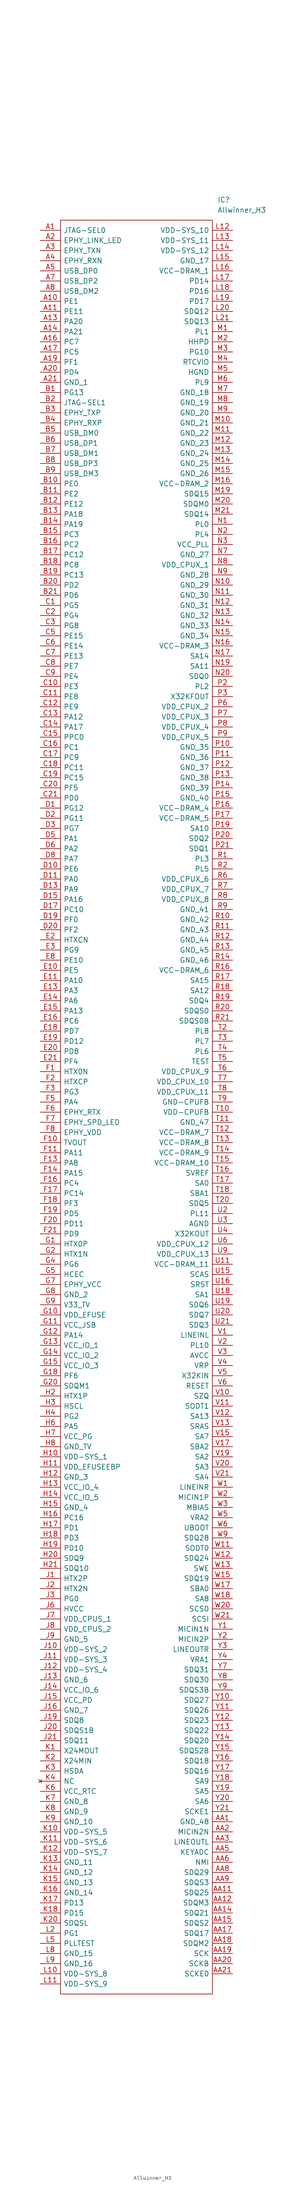
<source format=kicad_sym>
(kicad_symbol_lib
  (version 20211014)
  (generator kicad_symbol_editor)
  (symbol "Allwinner_H3"
    (pin_names
      (offset 0.762))
    (property "Reference" "IC"
      (at 44.45 7.62 0)
      (effects (font (size 1.27 1.27)) (justify left)))
    (property "Value" "Allwinner_H3"
      (at 44.45 5.08 0)
      (effects (font (size 1.27 1.27)) (justify left)))
    (symbol "Allwinner_H3_0_0"
      (pin passive line (at 0 0 0) (length 5.08) (name "JTAG-SEL0" (effects (font (size 1.27 1.27)))) (number "A1" (effects (font (size 1.27 1.27)))))
      (pin passive line (at 0 -17.78 0) (length 5.08) (name "PE1" (effects (font (size 1.27 1.27)))) (number "A10" (effects (font (size 1.27 1.27)))))
      (pin passive line (at 0 -20.32 0) (length 5.08) (name "PE11" (effects (font (size 1.27 1.27)))) (number "A11" (effects (font (size 1.27 1.27)))))
      (pin passive line (at 0 -22.86 0) (length 5.08) (name "PA20" (effects (font (size 1.27 1.27)))) (number "A13" (effects (font (size 1.27 1.27)))))
      (pin passive line (at 0 -25.4 0) (length 5.08) (name "PA21" (effects (font (size 1.27 1.27)))) (number "A14" (effects (font (size 1.27 1.27)))))
      (pin passive line (at 0 -27.94 0) (length 5.08) (name "PC7" (effects (font (size 1.27 1.27)))) (number "A16" (effects (font (size 1.27 1.27)))))
      (pin passive line (at 0 -30.48 0) (length 5.08) (name "PC5" (effects (font (size 1.27 1.27)))) (number "A17" (effects (font (size 1.27 1.27)))))
      (pin passive line (at 0 -33.02 0) (length 5.08) (name "PF1" (effects (font (size 1.27 1.27)))) (number "A19" (effects (font (size 1.27 1.27)))))
      (pin passive line (at 0 -2.54 0) (length 5.08) (name "EPHY_LINK_LED" (effects (font (size 1.27 1.27)))) (number "A2" (effects (font (size 1.27 1.27)))))
      (pin passive line (at 0 -35.56 0) (length 5.08) (name "PD4" (effects (font (size 1.27 1.27)))) (number "A20" (effects (font (size 1.27 1.27)))))
      (pin passive line (at 0 -38.1 0) (length 5.08) (name "GND_1" (effects (font (size 1.27 1.27)))) (number "A21" (effects (font (size 1.27 1.27)))))
      (pin passive line (at 0 -5.08 0) (length 5.08) (name "EPHY_TXN" (effects (font (size 1.27 1.27)))) (number "A3" (effects (font (size 1.27 1.27)))))
      (pin passive line (at 0 -7.62 0) (length 5.08) (name "EPHY_RXN" (effects (font (size 1.27 1.27)))) (number "A4" (effects (font (size 1.27 1.27)))))
      (pin passive line (at 0 -10.16 0) (length 5.08) (name "USB_DP0" (effects (font (size 1.27 1.27)))) (number "A5" (effects (font (size 1.27 1.27)))))
      (pin passive line (at 0 -12.7 0) (length 5.08) (name "USB_DP2" (effects (font (size 1.27 1.27)))) (number "A7" (effects (font (size 1.27 1.27)))))
      (pin passive line (at 0 -15.24 0) (length 5.08) (name "USB_DM2" (effects (font (size 1.27 1.27)))) (number "A8" (effects (font (size 1.27 1.27)))))
      (pin passive line (at 48.26 -398.78 180) (length 5.08) (name "GND_48" (effects (font (size 1.27 1.27)))) (number "AA1" (effects (font (size 1.27 1.27)))))
      (pin passive line (at 48.26 -416.56 180) (length 5.08) (name "SDQ25" (effects (font (size 1.27 1.27)))) (number "AA11" (effects (font (size 1.27 1.27)))))
      (pin passive line (at 48.26 -419.1 180) (length 5.08) (name "SDQM3" (effects (font (size 1.27 1.27)))) (number "AA12" (effects (font (size 1.27 1.27)))))
      (pin passive line (at 48.26 -421.64 180) (length 5.08) (name "SDQ21" (effects (font (size 1.27 1.27)))) (number "AA14" (effects (font (size 1.27 1.27)))))
      (pin passive line (at 48.26 -424.18 180) (length 5.08) (name "SDQS2" (effects (font (size 1.27 1.27)))) (number "AA15" (effects (font (size 1.27 1.27)))))
      (pin passive line (at 48.26 -426.72 180) (length 5.08) (name "SDQ17" (effects (font (size 1.27 1.27)))) (number "AA17" (effects (font (size 1.27 1.27)))))
      (pin passive line (at 48.26 -429.26 180) (length 5.08) (name "SDQM2" (effects (font (size 1.27 1.27)))) (number "AA18" (effects (font (size 1.27 1.27)))))
      (pin passive line (at 48.26 -431.8 180) (length 5.08) (name "SCK" (effects (font (size 1.27 1.27)))) (number "AA19" (effects (font (size 1.27 1.27)))))
      (pin passive line (at 48.26 -401.32 180) (length 5.08) (name "MICIN2N" (effects (font (size 1.27 1.27)))) (number "AA2" (effects (font (size 1.27 1.27)))))
      (pin passive line (at 48.26 -434.34 180) (length 5.08) (name "SCKB" (effects (font (size 1.27 1.27)))) (number "AA20" (effects (font (size 1.27 1.27)))))
      (pin passive line (at 48.26 -436.88 180) (length 5.08) (name "SCKE0" (effects (font (size 1.27 1.27)))) (number "AA21" (effects (font (size 1.27 1.27)))))
      (pin passive line (at 48.26 -403.86 180) (length 5.08) (name "LINEOUTL" (effects (font (size 1.27 1.27)))) (number "AA3" (effects (font (size 1.27 1.27)))))
      (pin passive line (at 48.26 -406.4 180) (length 5.08) (name "KEYADC" (effects (font (size 1.27 1.27)))) (number "AA5" (effects (font (size 1.27 1.27)))))
      (pin passive line (at 48.26 -408.94 180) (length 5.08) (name "NMI" (effects (font (size 1.27 1.27)))) (number "AA6" (effects (font (size 1.27 1.27)))))
      (pin passive line (at 48.26 -411.48 180) (length 5.08) (name "SDQ29" (effects (font (size 1.27 1.27)))) (number "AA8" (effects (font (size 1.27 1.27)))))
      (pin passive line (at 48.26 -414.02 180) (length 5.08) (name "SDQS3" (effects (font (size 1.27 1.27)))) (number "AA9" (effects (font (size 1.27 1.27)))))
      (pin passive line (at 0 -40.64 0) (length 5.08) (name "PG13" (effects (font (size 1.27 1.27)))) (number "B1" (effects (font (size 1.27 1.27)))))
      (pin passive line (at 0 -63.5 0) (length 5.08) (name "PE0" (effects (font (size 1.27 1.27)))) (number "B10" (effects (font (size 1.27 1.27)))))
      (pin passive line (at 0 -66.04 0) (length 5.08) (name "PE2" (effects (font (size 1.27 1.27)))) (number "B11" (effects (font (size 1.27 1.27)))))
      (pin passive line (at 0 -68.58 0) (length 5.08) (name "PE12" (effects (font (size 1.27 1.27)))) (number "B12" (effects (font (size 1.27 1.27)))))
      (pin passive line (at 0 -71.12 0) (length 5.08) (name "PA18" (effects (font (size 1.27 1.27)))) (number "B13" (effects (font (size 1.27 1.27)))))
      (pin passive line (at 0 -73.66 0) (length 5.08) (name "PA19" (effects (font (size 1.27 1.27)))) (number "B14" (effects (font (size 1.27 1.27)))))
      (pin passive line (at 0 -76.2 0) (length 5.08) (name "PC3" (effects (font (size 1.27 1.27)))) (number "B15" (effects (font (size 1.27 1.27)))))
      (pin passive line (at 0 -78.74 0) (length 5.08) (name "PC2" (effects (font (size 1.27 1.27)))) (number "B16" (effects (font (size 1.27 1.27)))))
      (pin passive line (at 0 -81.28 0) (length 5.08) (name "PC12" (effects (font (size 1.27 1.27)))) (number "B17" (effects (font (size 1.27 1.27)))))
      (pin passive line (at 0 -83.82 0) (length 5.08) (name "PC8" (effects (font (size 1.27 1.27)))) (number "B18" (effects (font (size 1.27 1.27)))))
      (pin passive line (at 0 -86.36 0) (length 5.08) (name "PC13" (effects (font (size 1.27 1.27)))) (number "B19" (effects (font (size 1.27 1.27)))))
      (pin passive line (at 0 -43.18 0) (length 5.08) (name "JTAG-SEL1" (effects (font (size 1.27 1.27)))) (number "B2" (effects (font (size 1.27 1.27)))))
      (pin passive line (at 0 -88.9 0) (length 5.08) (name "PD2" (effects (font (size 1.27 1.27)))) (number "B20" (effects (font (size 1.27 1.27)))))
      (pin passive line (at 0 -91.44 0) (length 5.08) (name "PD6" (effects (font (size 1.27 1.27)))) (number "B21" (effects (font (size 1.27 1.27)))))
      (pin passive line (at 0 -45.72 0) (length 5.08) (name "EPHY_TXP" (effects (font (size 1.27 1.27)))) (number "B3" (effects (font (size 1.27 1.27)))))
      (pin passive line (at 0 -48.26 0) (length 5.08) (name "EPHY_RXP" (effects (font (size 1.27 1.27)))) (number "B4" (effects (font (size 1.27 1.27)))))
      (pin passive line (at 0 -50.8 0) (length 5.08) (name "USB_DM0" (effects (font (size 1.27 1.27)))) (number "B5" (effects (font (size 1.27 1.27)))))
      (pin passive line (at 0 -53.34 0) (length 5.08) (name "USB_DP1" (effects (font (size 1.27 1.27)))) (number "B6" (effects (font (size 1.27 1.27)))))
      (pin passive line (at 0 -55.88 0) (length 5.08) (name "USB_DM1" (effects (font (size 1.27 1.27)))) (number "B7" (effects (font (size 1.27 1.27)))))
      (pin passive line (at 0 -58.42 0) (length 5.08) (name "USB_DP3" (effects (font (size 1.27 1.27)))) (number "B8" (effects (font (size 1.27 1.27)))))
      (pin passive line (at 0 -60.96 0) (length 5.08) (name "USB_DM3" (effects (font (size 1.27 1.27)))) (number "B9" (effects (font (size 1.27 1.27)))))
      (pin passive line (at 0 -93.98 0) (length 5.08) (name "PG5" (effects (font (size 1.27 1.27)))) (number "C1" (effects (font (size 1.27 1.27)))))
      (pin passive line (at 0 -114.3 0) (length 5.08) (name "PE3" (effects (font (size 1.27 1.27)))) (number "C10" (effects (font (size 1.27 1.27)))))
      (pin passive line (at 0 -116.84 0) (length 5.08) (name "PE8" (effects (font (size 1.27 1.27)))) (number "C11" (effects (font (size 1.27 1.27)))))
      (pin passive line (at 0 -119.38 0) (length 5.08) (name "PE9" (effects (font (size 1.27 1.27)))) (number "C12" (effects (font (size 1.27 1.27)))))
      (pin passive line (at 0 -121.92 0) (length 5.08) (name "PA12" (effects (font (size 1.27 1.27)))) (number "C13" (effects (font (size 1.27 1.27)))))
      (pin passive line (at 0 -124.46 0) (length 5.08) (name "PA17" (effects (font (size 1.27 1.27)))) (number "C14" (effects (font (size 1.27 1.27)))))
      (pin passive line (at 0 -127 0) (length 5.08) (name "PPC0" (effects (font (size 1.27 1.27)))) (number "C15" (effects (font (size 1.27 1.27)))))
      (pin passive line (at 0 -129.54 0) (length 5.08) (name "PC1" (effects (font (size 1.27 1.27)))) (number "C16" (effects (font (size 1.27 1.27)))))
      (pin passive line (at 0 -132.08 0) (length 5.08) (name "PC9" (effects (font (size 1.27 1.27)))) (number "C17" (effects (font (size 1.27 1.27)))))
      (pin passive line (at 0 -134.62 0) (length 5.08) (name "PC11" (effects (font (size 1.27 1.27)))) (number "C18" (effects (font (size 1.27 1.27)))))
      (pin passive line (at 0 -137.16 0) (length 5.08) (name "PC15" (effects (font (size 1.27 1.27)))) (number "C19" (effects (font (size 1.27 1.27)))))
      (pin passive line (at 0 -96.52 0) (length 5.08) (name "PG4" (effects (font (size 1.27 1.27)))) (number "C2" (effects (font (size 1.27 1.27)))))
      (pin passive line (at 0 -139.7 0) (length 5.08) (name "PF5" (effects (font (size 1.27 1.27)))) (number "C20" (effects (font (size 1.27 1.27)))))
      (pin passive line (at 0 -142.24 0) (length 5.08) (name "PD0" (effects (font (size 1.27 1.27)))) (number "C21" (effects (font (size 1.27 1.27)))))
      (pin passive line (at 0 -99.06 0) (length 5.08) (name "PG8" (effects (font (size 1.27 1.27)))) (number "C3" (effects (font (size 1.27 1.27)))))
      (pin passive line (at 0 -101.6 0) (length 5.08) (name "PE15" (effects (font (size 1.27 1.27)))) (number "C5" (effects (font (size 1.27 1.27)))))
      (pin passive line (at 0 -104.14 0) (length 5.08) (name "PE14" (effects (font (size 1.27 1.27)))) (number "C6" (effects (font (size 1.27 1.27)))))
      (pin passive line (at 0 -106.68 0) (length 5.08) (name "PE13" (effects (font (size 1.27 1.27)))) (number "C7" (effects (font (size 1.27 1.27)))))
      (pin passive line (at 0 -109.22 0) (length 5.08) (name "PE7" (effects (font (size 1.27 1.27)))) (number "C8" (effects (font (size 1.27 1.27)))))
      (pin passive line (at 0 -111.76 0) (length 5.08) (name "PE4" (effects (font (size 1.27 1.27)))) (number "C9" (effects (font (size 1.27 1.27)))))
      (pin passive line (at 0 -144.78 0) (length 5.08) (name "PG12" (effects (font (size 1.27 1.27)))) (number "D1" (effects (font (size 1.27 1.27)))))
      (pin passive line (at 0 -160.02 0) (length 5.08) (name "PE6" (effects (font (size 1.27 1.27)))) (number "D10" (effects (font (size 1.27 1.27)))))
      (pin passive line (at 0 -162.56 0) (length 5.08) (name "PA0" (effects (font (size 1.27 1.27)))) (number "D11" (effects (font (size 1.27 1.27)))))
      (pin passive line (at 0 -165.1 0) (length 5.08) (name "PA9" (effects (font (size 1.27 1.27)))) (number "D13" (effects (font (size 1.27 1.27)))))
      (pin passive line (at 0 -167.64 0) (length 5.08) (name "PA16" (effects (font (size 1.27 1.27)))) (number "D15" (effects (font (size 1.27 1.27)))))
      (pin passive line (at 0 -170.18 0) (length 5.08) (name "PC10" (effects (font (size 1.27 1.27)))) (number "D17" (effects (font (size 1.27 1.27)))))
      (pin passive line (at 0 -172.72 0) (length 5.08) (name "PF0" (effects (font (size 1.27 1.27)))) (number "D19" (effects (font (size 1.27 1.27)))))
      (pin passive line (at 0 -147.32 0) (length 5.08) (name "PG11" (effects (font (size 1.27 1.27)))) (number "D2" (effects (font (size 1.27 1.27)))))
      (pin passive line (at 0 -175.26 0) (length 5.08) (name "PF2" (effects (font (size 1.27 1.27)))) (number "D20" (effects (font (size 1.27 1.27)))))
      (pin passive line (at 0 -149.86 0) (length 5.08) (name "PG7" (effects (font (size 1.27 1.27)))) (number "D3" (effects (font (size 1.27 1.27)))))
      (pin passive line (at 0 -152.4 0) (length 5.08) (name "PA1" (effects (font (size 1.27 1.27)))) (number "D5" (effects (font (size 1.27 1.27)))))
      (pin passive line (at 0 -154.94 0) (length 5.08) (name "PA2" (effects (font (size 1.27 1.27)))) (number "D6" (effects (font (size 1.27 1.27)))))
      (pin passive line (at 0 -157.48 0) (length 5.08) (name "PA7" (effects (font (size 1.27 1.27)))) (number "D8" (effects (font (size 1.27 1.27)))))
      (pin passive line (at 0 -185.42 0) (length 5.08) (name "PE5" (effects (font (size 1.27 1.27)))) (number "E10" (effects (font (size 1.27 1.27)))))
      (pin passive line (at 0 -187.96 0) (length 5.08) (name "PA10" (effects (font (size 1.27 1.27)))) (number "E11" (effects (font (size 1.27 1.27)))))
      (pin passive line (at 0 -190.5 0) (length 5.08) (name "PA3" (effects (font (size 1.27 1.27)))) (number "E13" (effects (font (size 1.27 1.27)))))
      (pin passive line (at 0 -193.04 0) (length 5.08) (name "PA6" (effects (font (size 1.27 1.27)))) (number "E14" (effects (font (size 1.27 1.27)))))
      (pin passive line (at 0 -195.58 0) (length 5.08) (name "PA13" (effects (font (size 1.27 1.27)))) (number "E15" (effects (font (size 1.27 1.27)))))
      (pin passive line (at 0 -198.12 0) (length 5.08) (name "PC6" (effects (font (size 1.27 1.27)))) (number "E16" (effects (font (size 1.27 1.27)))))
      (pin passive line (at 0 -200.66 0) (length 5.08) (name "PD7" (effects (font (size 1.27 1.27)))) (number "E18" (effects (font (size 1.27 1.27)))))
      (pin passive line (at 0 -203.2 0) (length 5.08) (name "PD12" (effects (font (size 1.27 1.27)))) (number "E19" (effects (font (size 1.27 1.27)))))
      (pin passive line (at 0 -177.8 0) (length 5.08) (name "HTXCN" (effects (font (size 1.27 1.27)))) (number "E2" (effects (font (size 1.27 1.27)))))
      (pin passive line (at 0 -205.74 0) (length 5.08) (name "PD8" (effects (font (size 1.27 1.27)))) (number "E20" (effects (font (size 1.27 1.27)))))
      (pin passive line (at 0 -208.28 0) (length 5.08) (name "PF4" (effects (font (size 1.27 1.27)))) (number "E21" (effects (font (size 1.27 1.27)))))
      (pin passive line (at 0 -180.34 0) (length 5.08) (name "PG9" (effects (font (size 1.27 1.27)))) (number "E3" (effects (font (size 1.27 1.27)))))
      (pin passive line (at 0 -182.88 0) (length 5.08) (name "PE10" (effects (font (size 1.27 1.27)))) (number "E8" (effects (font (size 1.27 1.27)))))
      (pin passive line (at 0 -210.82 0) (length 5.08) (name "HTX0N" (effects (font (size 1.27 1.27)))) (number "F1" (effects (font (size 1.27 1.27)))))
      (pin passive line (at 0 -228.6 0) (length 5.08) (name "TVOUT" (effects (font (size 1.27 1.27)))) (number "F10" (effects (font (size 1.27 1.27)))))
      (pin passive line (at 0 -231.14 0) (length 5.08) (name "PA11" (effects (font (size 1.27 1.27)))) (number "F11" (effects (font (size 1.27 1.27)))))
      (pin passive line (at 0 -233.68 0) (length 5.08) (name "PA8" (effects (font (size 1.27 1.27)))) (number "F13" (effects (font (size 1.27 1.27)))))
      (pin passive line (at 0 -236.22 0) (length 5.08) (name "PA15" (effects (font (size 1.27 1.27)))) (number "F14" (effects (font (size 1.27 1.27)))))
      (pin passive line (at 0 -238.76 0) (length 5.08) (name "PC4" (effects (font (size 1.27 1.27)))) (number "F16" (effects (font (size 1.27 1.27)))))
      (pin passive line (at 0 -241.3 0) (length 5.08) (name "PC14" (effects (font (size 1.27 1.27)))) (number "F17" (effects (font (size 1.27 1.27)))))
      (pin passive line (at 0 -243.84 0) (length 5.08) (name "PF3" (effects (font (size 1.27 1.27)))) (number "F18" (effects (font (size 1.27 1.27)))))
      (pin passive line (at 0 -246.38 0) (length 5.08) (name "PD5" (effects (font (size 1.27 1.27)))) (number "F19" (effects (font (size 1.27 1.27)))))
      (pin passive line (at 0 -213.36 0) (length 5.08) (name "HTXCP" (effects (font (size 1.27 1.27)))) (number "F2" (effects (font (size 1.27 1.27)))))
      (pin passive line (at 0 -248.92 0) (length 5.08) (name "PD11" (effects (font (size 1.27 1.27)))) (number "F20" (effects (font (size 1.27 1.27)))))
      (pin passive line (at 0 -251.46 0) (length 5.08) (name "PD9" (effects (font (size 1.27 1.27)))) (number "F21" (effects (font (size 1.27 1.27)))))
      (pin passive line (at 0 -215.9 0) (length 5.08) (name "PG3" (effects (font (size 1.27 1.27)))) (number "F3" (effects (font (size 1.27 1.27)))))
      (pin passive line (at 0 -218.44 0) (length 5.08) (name "PA4" (effects (font (size 1.27 1.27)))) (number "F5" (effects (font (size 1.27 1.27)))))
      (pin passive line (at 0 -220.98 0) (length 5.08) (name "EPHY_RTX" (effects (font (size 1.27 1.27)))) (number "F6" (effects (font (size 1.27 1.27)))))
      (pin passive line (at 0 -223.52 0) (length 5.08) (name "EPHY_SPD_LED" (effects (font (size 1.27 1.27)))) (number "F7" (effects (font (size 1.27 1.27)))))
      (pin passive line (at 0 -226.06 0) (length 5.08) (name "EPHY_VDD" (effects (font (size 1.27 1.27)))) (number "F8" (effects (font (size 1.27 1.27)))))
      (pin passive line (at 0 -254 0) (length 5.08) (name "HTX0P" (effects (font (size 1.27 1.27)))) (number "G1" (effects (font (size 1.27 1.27)))))
      (pin passive line (at 0 -271.78 0) (length 5.08) (name "VDD_EFUSE" (effects (font (size 1.27 1.27)))) (number "G10" (effects (font (size 1.27 1.27)))))
      (pin passive line (at 0 -274.32 0) (length 5.08) (name "VCC_JSB" (effects (font (size 1.27 1.27)))) (number "G11" (effects (font (size 1.27 1.27)))))
      (pin passive line (at 0 -276.86 0) (length 5.08) (name "PA14" (effects (font (size 1.27 1.27)))) (number "G12" (effects (font (size 1.27 1.27)))))
      (pin passive line (at 0 -279.4 0) (length 5.08) (name "VCC_IO_1" (effects (font (size 1.27 1.27)))) (number "G13" (effects (font (size 1.27 1.27)))))
      (pin passive line (at 0 -281.94 0) (length 5.08) (name "VCC_IO_2" (effects (font (size 1.27 1.27)))) (number "G14" (effects (font (size 1.27 1.27)))))
      (pin passive line (at 0 -284.48 0) (length 5.08) (name "VCC_IO_3" (effects (font (size 1.27 1.27)))) (number "G15" (effects (font (size 1.27 1.27)))))
      (pin passive line (at 0 -287.02 0) (length 5.08) (name "PF6" (effects (font (size 1.27 1.27)))) (number "G18" (effects (font (size 1.27 1.27)))))
      (pin passive line (at 0 -256.54 0) (length 5.08) (name "HTX1N" (effects (font (size 1.27 1.27)))) (number "G2" (effects (font (size 1.27 1.27)))))
      (pin passive line (at 0 -289.56 0) (length 5.08) (name "SDQM1" (effects (font (size 1.27 1.27)))) (number "G20" (effects (font (size 1.27 1.27)))))
      (pin passive line (at 0 -259.08 0) (length 5.08) (name "PG6" (effects (font (size 1.27 1.27)))) (number "G4" (effects (font (size 1.27 1.27)))))
      (pin passive line (at 0 -261.62 0) (length 5.08) (name "HCEC" (effects (font (size 1.27 1.27)))) (number "G5" (effects (font (size 1.27 1.27)))))
      (pin passive line (at 0 -264.16 0) (length 5.08) (name "EPHY_VCC" (effects (font (size 1.27 1.27)))) (number "G7" (effects (font (size 1.27 1.27)))))
      (pin passive line (at 0 -266.7 0) (length 5.08) (name "GND_2" (effects (font (size 1.27 1.27)))) (number "G8" (effects (font (size 1.27 1.27)))))
      (pin passive line (at 0 -269.24 0) (length 5.08) (name "V33_TV" (effects (font (size 1.27 1.27)))) (number "G9" (effects (font (size 1.27 1.27)))))
      (pin passive line (at 0 -307.34 0) (length 5.08) (name "VDD-SYS_1" (effects (font (size 1.27 1.27)))) (number "H10" (effects (font (size 1.27 1.27)))))
      (pin passive line (at 0 -309.88 0) (length 5.08) (name "VDD_EFUSEEBP" (effects (font (size 1.27 1.27)))) (number "H11" (effects (font (size 1.27 1.27)))))
      (pin passive line (at 0 -312.42 0) (length 5.08) (name "GND_3" (effects (font (size 1.27 1.27)))) (number "H12" (effects (font (size 1.27 1.27)))))
      (pin passive line (at 0 -314.96 0) (length 5.08) (name "VCC_IO_4" (effects (font (size 1.27 1.27)))) (number "H13" (effects (font (size 1.27 1.27)))))
      (pin passive line (at 0 -317.5 0) (length 5.08) (name "VCC_IO_5" (effects (font (size 1.27 1.27)))) (number "H14" (effects (font (size 1.27 1.27)))))
      (pin passive line (at 0 -320.04 0) (length 5.08) (name "GND_4" (effects (font (size 1.27 1.27)))) (number "H15" (effects (font (size 1.27 1.27)))))
      (pin passive line (at 0 -322.58 0) (length 5.08) (name "PC16" (effects (font (size 1.27 1.27)))) (number "H16" (effects (font (size 1.27 1.27)))))
      (pin passive line (at 0 -325.12 0) (length 5.08) (name "PD1" (effects (font (size 1.27 1.27)))) (number "H17" (effects (font (size 1.27 1.27)))))
      (pin passive line (at 0 -327.66 0) (length 5.08) (name "PD3" (effects (font (size 1.27 1.27)))) (number "H18" (effects (font (size 1.27 1.27)))))
      (pin passive line (at 0 -330.2 0) (length 5.08) (name "PD10" (effects (font (size 1.27 1.27)))) (number "H19" (effects (font (size 1.27 1.27)))))
      (pin passive line (at 0 -292.1 0) (length 5.08) (name "HTX1P" (effects (font (size 1.27 1.27)))) (number "H2" (effects (font (size 1.27 1.27)))))
      (pin passive line (at 0 -332.74 0) (length 5.08) (name "SDQ9" (effects (font (size 1.27 1.27)))) (number "H20" (effects (font (size 1.27 1.27)))))
      (pin passive line (at 0 -335.28 0) (length 5.08) (name "SDQ10" (effects (font (size 1.27 1.27)))) (number "H21" (effects (font (size 1.27 1.27)))))
      (pin passive line (at 0 -294.64 0) (length 5.08) (name "HSCL" (effects (font (size 1.27 1.27)))) (number "H3" (effects (font (size 1.27 1.27)))))
      (pin passive line (at 0 -297.18 0) (length 5.08) (name "PG2" (effects (font (size 1.27 1.27)))) (number "H4" (effects (font (size 1.27 1.27)))))
      (pin passive line (at 0 -299.72 0) (length 5.08) (name "PA5" (effects (font (size 1.27 1.27)))) (number "H6" (effects (font (size 1.27 1.27)))))
      (pin passive line (at 0 -302.26 0) (length 5.08) (name "VCC_PG" (effects (font (size 1.27 1.27)))) (number "H7" (effects (font (size 1.27 1.27)))))
      (pin passive line (at 0 -304.8 0) (length 5.08) (name "GND_TV" (effects (font (size 1.27 1.27)))) (number "H8" (effects (font (size 1.27 1.27)))))
      (pin passive line (at 0 -337.82 0) (length 5.08) (name "HTX2P" (effects (font (size 1.27 1.27)))) (number "J1" (effects (font (size 1.27 1.27)))))
      (pin passive line (at 0 -355.6 0) (length 5.08) (name "VDD-SYS_2" (effects (font (size 1.27 1.27)))) (number "J10" (effects (font (size 1.27 1.27)))))
      (pin passive line (at 0 -358.14 0) (length 5.08) (name "VDD-SYS_3" (effects (font (size 1.27 1.27)))) (number "J11" (effects (font (size 1.27 1.27)))))
      (pin passive line (at 0 -360.68 0) (length 5.08) (name "VDD-SYS_4" (effects (font (size 1.27 1.27)))) (number "J12" (effects (font (size 1.27 1.27)))))
      (pin passive line (at 0 -363.22 0) (length 5.08) (name "GND_6" (effects (font (size 1.27 1.27)))) (number "J13" (effects (font (size 1.27 1.27)))))
      (pin passive line (at 0 -365.76 0) (length 5.08) (name "VCC_IO_6" (effects (font (size 1.27 1.27)))) (number "J14" (effects (font (size 1.27 1.27)))))
      (pin passive line (at 0 -368.3 0) (length 5.08) (name "VCC_PD" (effects (font (size 1.27 1.27)))) (number "J15" (effects (font (size 1.27 1.27)))))
      (pin passive line (at 0 -370.84 0) (length 5.08) (name "GND_7" (effects (font (size 1.27 1.27)))) (number "J16" (effects (font (size 1.27 1.27)))))
      (pin passive line (at 0 -373.38 0) (length 5.08) (name "SDQ8" (effects (font (size 1.27 1.27)))) (number "J19" (effects (font (size 1.27 1.27)))))
      (pin passive line (at 0 -340.36 0) (length 5.08) (name "HTX2N" (effects (font (size 1.27 1.27)))) (number "J2" (effects (font (size 1.27 1.27)))))
      (pin passive line (at 0 -375.92 0) (length 5.08) (name "SDQS1B" (effects (font (size 1.27 1.27)))) (number "J20" (effects (font (size 1.27 1.27)))))
      (pin passive line (at 0 -378.46 0) (length 5.08) (name "SDQ11" (effects (font (size 1.27 1.27)))) (number "J21" (effects (font (size 1.27 1.27)))))
      (pin passive line (at 0 -342.9 0) (length 5.08) (name "PG0" (effects (font (size 1.27 1.27)))) (number "J3" (effects (font (size 1.27 1.27)))))
      (pin passive line (at 0 -345.44 0) (length 5.08) (name "HVCC" (effects (font (size 1.27 1.27)))) (number "J6" (effects (font (size 1.27 1.27)))))
      (pin passive line (at 0 -347.98 0) (length 5.08) (name "VDD_CPUS_1" (effects (font (size 1.27 1.27)))) (number "J7" (effects (font (size 1.27 1.27)))))
      (pin passive line (at 0 -350.52 0) (length 5.08) (name "VDD_CPUS_2" (effects (font (size 1.27 1.27)))) (number "J8" (effects (font (size 1.27 1.27)))))
      (pin passive line (at 0 -353.06 0) (length 5.08) (name "GND_5" (effects (font (size 1.27 1.27)))) (number "J9" (effects (font (size 1.27 1.27)))))
      (pin passive line (at 0 -381 0) (length 5.08) (name "X24MOUT" (effects (font (size 1.27 1.27)))) (number "K1" (effects (font (size 1.27 1.27)))))
      (pin passive line (at 0 -401.32 0) (length 5.08) (name "VDD-SYS_5" (effects (font (size 1.27 1.27)))) (number "K10" (effects (font (size 1.27 1.27)))))
      (pin passive line (at 0 -403.86 0) (length 5.08) (name "VDD-SYS_6" (effects (font (size 1.27 1.27)))) (number "K11" (effects (font (size 1.27 1.27)))))
      (pin passive line (at 0 -406.4 0) (length 5.08) (name "VDD-SYS_7" (effects (font (size 1.27 1.27)))) (number "K12" (effects (font (size 1.27 1.27)))))
      (pin passive line (at 0 -408.94 0) (length 5.08) (name "GND_11" (effects (font (size 1.27 1.27)))) (number "K13" (effects (font (size 1.27 1.27)))))
      (pin passive line (at 0 -411.48 0) (length 5.08) (name "GND_12" (effects (font (size 1.27 1.27)))) (number "K14" (effects (font (size 1.27 1.27)))))
      (pin passive line (at 0 -414.02 0) (length 5.08) (name "GND_13" (effects (font (size 1.27 1.27)))) (number "K15" (effects (font (size 1.27 1.27)))))
      (pin passive line (at 0 -416.56 0) (length 5.08) (name "GND_14" (effects (font (size 1.27 1.27)))) (number "K16" (effects (font (size 1.27 1.27)))))
      (pin passive line (at 0 -419.1 0) (length 5.08) (name "PD13" (effects (font (size 1.27 1.27)))) (number "K17" (effects (font (size 1.27 1.27)))))
      (pin passive line (at 0 -421.64 0) (length 5.08) (name "PD15" (effects (font (size 1.27 1.27)))) (number "K18" (effects (font (size 1.27 1.27)))))
      (pin passive line (at 0 -383.54 0) (length 5.08) (name "X24MIN" (effects (font (size 1.27 1.27)))) (number "K2" (effects (font (size 1.27 1.27)))))
      (pin passive line (at 0 -424.18 0) (length 5.08) (name "SDQSL" (effects (font (size 1.27 1.27)))) (number "K20" (effects (font (size 1.27 1.27)))))
      (pin passive line (at 0 -386.08 0) (length 5.08) (name "HSDA" (effects (font (size 1.27 1.27)))) (number "K3" (effects (font (size 1.27 1.27)))))
      (pin no_connect line (at 0 -388.62 0) (length 5.08) (name "NC" (effects (font (size 1.27 1.27)))) (number "K4" (effects (font (size 1.27 1.27)))))
      (pin passive line (at 0 -391.16 0) (length 5.08) (name "VCC_RTC" (effects (font (size 1.27 1.27)))) (number "K6" (effects (font (size 1.27 1.27)))))
      (pin passive line (at 0 -393.7 0) (length 5.08) (name "GND_8" (effects (font (size 1.27 1.27)))) (number "K7" (effects (font (size 1.27 1.27)))))
      (pin passive line (at 0 -396.24 0) (length 5.08) (name "GND_9" (effects (font (size 1.27 1.27)))) (number "K8" (effects (font (size 1.27 1.27)))))
      (pin passive line (at 0 -398.78 0) (length 5.08) (name "GND_10" (effects (font (size 1.27 1.27)))) (number "K9" (effects (font (size 1.27 1.27)))))
      (pin passive line (at 0 -436.88 0) (length 5.08) (name "VDD-SYS_8" (effects (font (size 1.27 1.27)))) (number "L10" (effects (font (size 1.27 1.27)))))
      (pin passive line (at 0 -439.42 0) (length 5.08) (name "VDD-SYS_9" (effects (font (size 1.27 1.27)))) (number "L11" (effects (font (size 1.27 1.27)))))
      (pin passive line (at 48.26 0 180) (length 5.08) (name "VDD-SYS_10" (effects (font (size 1.27 1.27)))) (number "L12" (effects (font (size 1.27 1.27)))))
      (pin passive line (at 48.26 -2.54 180) (length 5.08) (name "VDD-SYS_11" (effects (font (size 1.27 1.27)))) (number "L13" (effects (font (size 1.27 1.27)))))
      (pin passive line (at 48.26 -5.08 180) (length 5.08) (name "VDD-SYS_12" (effects (font (size 1.27 1.27)))) (number "L14" (effects (font (size 1.27 1.27)))))
      (pin passive line (at 48.26 -7.62 180) (length 5.08) (name "GND_17" (effects (font (size 1.27 1.27)))) (number "L15" (effects (font (size 1.27 1.27)))))
      (pin passive line (at 48.26 -10.16 180) (length 5.08) (name "VCC-DRAM_1" (effects (font (size 1.27 1.27)))) (number "L16" (effects (font (size 1.27 1.27)))))
      (pin passive line (at 48.26 -12.7 180) (length 5.08) (name "PD14" (effects (font (size 1.27 1.27)))) (number "L17" (effects (font (size 1.27 1.27)))))
      (pin passive line (at 48.26 -15.24 180) (length 5.08) (name "PD16" (effects (font (size 1.27 1.27)))) (number "L18" (effects (font (size 1.27 1.27)))))
      (pin passive line (at 48.26 -17.78 180) (length 5.08) (name "PD17" (effects (font (size 1.27 1.27)))) (number "L19" (effects (font (size 1.27 1.27)))))
      (pin passive line (at 0 -426.72 0) (length 5.08) (name "PG1" (effects (font (size 1.27 1.27)))) (number "L2" (effects (font (size 1.27 1.27)))))
      (pin passive line (at 48.26 -20.32 180) (length 5.08) (name "SDQ12" (effects (font (size 1.27 1.27)))) (number "L20" (effects (font (size 1.27 1.27)))))
      (pin passive line (at 48.26 -22.86 180) (length 5.08) (name "SDQ13" (effects (font (size 1.27 1.27)))) (number "L21" (effects (font (size 1.27 1.27)))))
      (pin passive line (at 0 -429.26 0) (length 5.08) (name "PLLTEST" (effects (font (size 1.27 1.27)))) (number "L5" (effects (font (size 1.27 1.27)))))
      (pin passive line (at 0 -431.8 0) (length 5.08) (name "GND_15" (effects (font (size 1.27 1.27)))) (number "L8" (effects (font (size 1.27 1.27)))))
      (pin passive line (at 0 -434.34 0) (length 5.08) (name "GND_16" (effects (font (size 1.27 1.27)))) (number "L9" (effects (font (size 1.27 1.27)))))
      (pin passive line (at 48.26 -25.4 180) (length 5.08) (name "PL1" (effects (font (size 1.27 1.27)))) (number "M1" (effects (font (size 1.27 1.27)))))
      (pin passive line (at 48.26 -48.26 180) (length 5.08) (name "GND_21" (effects (font (size 1.27 1.27)))) (number "M10" (effects (font (size 1.27 1.27)))))
      (pin passive line (at 48.26 -50.8 180) (length 5.08) (name "GND_22" (effects (font (size 1.27 1.27)))) (number "M11" (effects (font (size 1.27 1.27)))))
      (pin passive line (at 48.26 -53.34 180) (length 5.08) (name "GND_23" (effects (font (size 1.27 1.27)))) (number "M12" (effects (font (size 1.27 1.27)))))
      (pin passive line (at 48.26 -55.88 180) (length 5.08) (name "GND_24" (effects (font (size 1.27 1.27)))) (number "M13" (effects (font (size 1.27 1.27)))))
      (pin passive line (at 48.26 -58.42 180) (length 5.08) (name "GND_25" (effects (font (size 1.27 1.27)))) (number "M14" (effects (font (size 1.27 1.27)))))
      (pin passive line (at 48.26 -60.96 180) (length 5.08) (name "GND_26" (effects (font (size 1.27 1.27)))) (number "M15" (effects (font (size 1.27 1.27)))))
      (pin passive line (at 48.26 -63.5 180) (length 5.08) (name "VCC-DRAM_2" (effects (font (size 1.27 1.27)))) (number "M16" (effects (font (size 1.27 1.27)))))
      (pin passive line (at 48.26 -66.04 180) (length 5.08) (name "SDQ15" (effects (font (size 1.27 1.27)))) (number "M19" (effects (font (size 1.27 1.27)))))
      (pin passive line (at 48.26 -27.94 180) (length 5.08) (name "HHPD" (effects (font (size 1.27 1.27)))) (number "M2" (effects (font (size 1.27 1.27)))))
      (pin passive line (at 48.26 -68.58 180) (length 5.08) (name "SDQM0" (effects (font (size 1.27 1.27)))) (number "M20" (effects (font (size 1.27 1.27)))))
      (pin passive line (at 48.26 -71.12 180) (length 5.08) (name "SDQ14" (effects (font (size 1.27 1.27)))) (number "M21" (effects (font (size 1.27 1.27)))))
      (pin passive line (at 48.26 -30.48 180) (length 5.08) (name "PG10" (effects (font (size 1.27 1.27)))) (number "M3" (effects (font (size 1.27 1.27)))))
      (pin passive line (at 48.26 -33.02 180) (length 5.08) (name "RTCVIO" (effects (font (size 1.27 1.27)))) (number "M4" (effects (font (size 1.27 1.27)))))
      (pin passive line (at 48.26 -35.56 180) (length 5.08) (name "HGND" (effects (font (size 1.27 1.27)))) (number "M5" (effects (font (size 1.27 1.27)))))
      (pin passive line (at 48.26 -38.1 180) (length 5.08) (name "PL9" (effects (font (size 1.27 1.27)))) (number "M6" (effects (font (size 1.27 1.27)))))
      (pin passive line (at 48.26 -40.64 180) (length 5.08) (name "GND_18" (effects (font (size 1.27 1.27)))) (number "M7" (effects (font (size 1.27 1.27)))))
      (pin passive line (at 48.26 -43.18 180) (length 5.08) (name "GND_19" (effects (font (size 1.27 1.27)))) (number "M8" (effects (font (size 1.27 1.27)))))
      (pin passive line (at 48.26 -45.72 180) (length 5.08) (name "GND_20" (effects (font (size 1.27 1.27)))) (number "M9" (effects (font (size 1.27 1.27)))))
      (pin passive line (at 48.26 -73.66 180) (length 5.08) (name "PL0" (effects (font (size 1.27 1.27)))) (number "N1" (effects (font (size 1.27 1.27)))))
      (pin passive line (at 48.26 -88.9 180) (length 5.08) (name "GND_29" (effects (font (size 1.27 1.27)))) (number "N10" (effects (font (size 1.27 1.27)))))
      (pin passive line (at 48.26 -91.44 180) (length 5.08) (name "GND_30" (effects (font (size 1.27 1.27)))) (number "N11" (effects (font (size 1.27 1.27)))))
      (pin passive line (at 48.26 -93.98 180) (length 5.08) (name "GND_31" (effects (font (size 1.27 1.27)))) (number "N12" (effects (font (size 1.27 1.27)))))
      (pin passive line (at 48.26 -96.52 180) (length 5.08) (name "GND_32" (effects (font (size 1.27 1.27)))) (number "N13" (effects (font (size 1.27 1.27)))))
      (pin passive line (at 48.26 -99.06 180) (length 5.08) (name "GND_33" (effects (font (size 1.27 1.27)))) (number "N14" (effects (font (size 1.27 1.27)))))
      (pin passive line (at 48.26 -101.6 180) (length 5.08) (name "GND_34" (effects (font (size 1.27 1.27)))) (number "N15" (effects (font (size 1.27 1.27)))))
      (pin passive line (at 48.26 -104.14 180) (length 5.08) (name "VCC-DRAM_3" (effects (font (size 1.27 1.27)))) (number "N16" (effects (font (size 1.27 1.27)))))
      (pin passive line (at 48.26 -106.68 180) (length 5.08) (name "SA14" (effects (font (size 1.27 1.27)))) (number "N17" (effects (font (size 1.27 1.27)))))
      (pin passive line (at 48.26 -109.22 180) (length 5.08) (name "SA11" (effects (font (size 1.27 1.27)))) (number "N19" (effects (font (size 1.27 1.27)))))
      (pin passive line (at 48.26 -76.2 180) (length 5.08) (name "PL4" (effects (font (size 1.27 1.27)))) (number "N2" (effects (font (size 1.27 1.27)))))
      (pin passive line (at 48.26 -111.76 180) (length 5.08) (name "SDQ0" (effects (font (size 1.27 1.27)))) (number "N20" (effects (font (size 1.27 1.27)))))
      (pin passive line (at 48.26 -78.74 180) (length 5.08) (name "VCC_PLL" (effects (font (size 1.27 1.27)))) (number "N3" (effects (font (size 1.27 1.27)))))
      (pin passive line (at 48.26 -81.28 180) (length 5.08) (name "GND_27" (effects (font (size 1.27 1.27)))) (number "N7" (effects (font (size 1.27 1.27)))))
      (pin passive line (at 48.26 -83.82 180) (length 5.08) (name "VDD_CPUX_1" (effects (font (size 1.27 1.27)))) (number "N8" (effects (font (size 1.27 1.27)))))
      (pin passive line (at 48.26 -86.36 180) (length 5.08) (name "GND_28" (effects (font (size 1.27 1.27)))) (number "N9" (effects (font (size 1.27 1.27)))))
      (pin passive line (at 48.26 -129.54 180) (length 5.08) (name "GND_35" (effects (font (size 1.27 1.27)))) (number "P10" (effects (font (size 1.27 1.27)))))
      (pin passive line (at 48.26 -132.08 180) (length 5.08) (name "GND_36" (effects (font (size 1.27 1.27)))) (number "P11" (effects (font (size 1.27 1.27)))))
      (pin passive line (at 48.26 -134.62 180) (length 5.08) (name "GND_37" (effects (font (size 1.27 1.27)))) (number "P12" (effects (font (size 1.27 1.27)))))
      (pin passive line (at 48.26 -137.16 180) (length 5.08) (name "GND_38" (effects (font (size 1.27 1.27)))) (number "P13" (effects (font (size 1.27 1.27)))))
      (pin passive line (at 48.26 -139.7 180) (length 5.08) (name "GND_39" (effects (font (size 1.27 1.27)))) (number "P14" (effects (font (size 1.27 1.27)))))
      (pin passive line (at 48.26 -142.24 180) (length 5.08) (name "GND_40" (effects (font (size 1.27 1.27)))) (number "P15" (effects (font (size 1.27 1.27)))))
      (pin passive line (at 48.26 -144.78 180) (length 5.08) (name "VCC-DRAM_4" (effects (font (size 1.27 1.27)))) (number "P16" (effects (font (size 1.27 1.27)))))
      (pin passive line (at 48.26 -147.32 180) (length 5.08) (name "VCC-DRAM_5" (effects (font (size 1.27 1.27)))) (number "P17" (effects (font (size 1.27 1.27)))))
      (pin passive line (at 48.26 -149.86 180) (length 5.08) (name "SA10" (effects (font (size 1.27 1.27)))) (number "P19" (effects (font (size 1.27 1.27)))))
      (pin passive line (at 48.26 -114.3 180) (length 5.08) (name "PL2" (effects (font (size 1.27 1.27)))) (number "P2" (effects (font (size 1.27 1.27)))))
      (pin passive line (at 48.26 -152.4 180) (length 5.08) (name "SDQ2" (effects (font (size 1.27 1.27)))) (number "P20" (effects (font (size 1.27 1.27)))))
      (pin passive line (at 48.26 -154.94 180) (length 5.08) (name "SDQ1" (effects (font (size 1.27 1.27)))) (number "P21" (effects (font (size 1.27 1.27)))))
      (pin passive line (at 48.26 -116.84 180) (length 5.08) (name "X32KFOUT" (effects (font (size 1.27 1.27)))) (number "P3" (effects (font (size 1.27 1.27)))))
      (pin passive line (at 48.26 -119.38 180) (length 5.08) (name "VDD_CPUX_2" (effects (font (size 1.27 1.27)))) (number "P6" (effects (font (size 1.27 1.27)))))
      (pin passive line (at 48.26 -121.92 180) (length 5.08) (name "VDD_CPUX_3" (effects (font (size 1.27 1.27)))) (number "P7" (effects (font (size 1.27 1.27)))))
      (pin passive line (at 48.26 -124.46 180) (length 5.08) (name "VDD_CPUX_4" (effects (font (size 1.27 1.27)))) (number "P8" (effects (font (size 1.27 1.27)))))
      (pin passive line (at 48.26 -127 180) (length 5.08) (name "VDD_CPUX_5" (effects (font (size 1.27 1.27)))) (number "P9" (effects (font (size 1.27 1.27)))))
      (pin passive line (at 48.26 -157.48 180) (length 5.08) (name "PL3" (effects (font (size 1.27 1.27)))) (number "R1" (effects (font (size 1.27 1.27)))))
      (pin passive line (at 48.26 -172.72 180) (length 5.08) (name "GND_42" (effects (font (size 1.27 1.27)))) (number "R10" (effects (font (size 1.27 1.27)))))
      (pin passive line (at 48.26 -175.26 180) (length 5.08) (name "GND_43" (effects (font (size 1.27 1.27)))) (number "R11" (effects (font (size 1.27 1.27)))))
      (pin passive line (at 48.26 -177.8 180) (length 5.08) (name "GND_44" (effects (font (size 1.27 1.27)))) (number "R12" (effects (font (size 1.27 1.27)))))
      (pin passive line (at 48.26 -180.34 180) (length 5.08) (name "GND_45" (effects (font (size 1.27 1.27)))) (number "R13" (effects (font (size 1.27 1.27)))))
      (pin passive line (at 48.26 -182.88 180) (length 5.08) (name "GND_46" (effects (font (size 1.27 1.27)))) (number "R14" (effects (font (size 1.27 1.27)))))
      (pin passive line (at 48.26 -185.42 180) (length 5.08) (name "VCC-DRAM_6" (effects (font (size 1.27 1.27)))) (number "R16" (effects (font (size 1.27 1.27)))))
      (pin passive line (at 48.26 -187.96 180) (length 5.08) (name "SA15" (effects (font (size 1.27 1.27)))) (number "R17" (effects (font (size 1.27 1.27)))))
      (pin passive line (at 48.26 -190.5 180) (length 5.08) (name "SA12" (effects (font (size 1.27 1.27)))) (number "R18" (effects (font (size 1.27 1.27)))))
      (pin passive line (at 48.26 -193.04 180) (length 5.08) (name "SDQ4" (effects (font (size 1.27 1.27)))) (number "R19" (effects (font (size 1.27 1.27)))))
      (pin passive line (at 48.26 -160.02 180) (length 5.08) (name "PL5" (effects (font (size 1.27 1.27)))) (number "R2" (effects (font (size 1.27 1.27)))))
      (pin passive line (at 48.26 -195.58 180) (length 5.08) (name "SDQS0" (effects (font (size 1.27 1.27)))) (number "R20" (effects (font (size 1.27 1.27)))))
      (pin passive line (at 48.26 -198.12 180) (length 5.08) (name "SDQS0B" (effects (font (size 1.27 1.27)))) (number "R21" (effects (font (size 1.27 1.27)))))
      (pin passive line (at 48.26 -162.56 180) (length 5.08) (name "VDD_CPUX_6" (effects (font (size 1.27 1.27)))) (number "R6" (effects (font (size 1.27 1.27)))))
      (pin passive line (at 48.26 -165.1 180) (length 5.08) (name "VDD_CPUX_7" (effects (font (size 1.27 1.27)))) (number "R7" (effects (font (size 1.27 1.27)))))
      (pin passive line (at 48.26 -167.64 180) (length 5.08) (name "VDD_CPUX_8" (effects (font (size 1.27 1.27)))) (number "R8" (effects (font (size 1.27 1.27)))))
      (pin passive line (at 48.26 -170.18 180) (length 5.08) (name "GND_41" (effects (font (size 1.27 1.27)))) (number "R9" (effects (font (size 1.27 1.27)))))
      (pin passive line (at 48.26 -220.98 180) (length 5.08) (name "VDD-CPUFB" (effects (font (size 1.27 1.27)))) (number "T10" (effects (font (size 1.27 1.27)))))
      (pin passive line (at 48.26 -223.52 180) (length 5.08) (name "GND_47" (effects (font (size 1.27 1.27)))) (number "T11" (effects (font (size 1.27 1.27)))))
      (pin passive line (at 48.26 -226.06 180) (length 5.08) (name "VCC-DRAM_7" (effects (font (size 1.27 1.27)))) (number "T12" (effects (font (size 1.27 1.27)))))
      (pin passive line (at 48.26 -228.6 180) (length 5.08) (name "VCC-DRAM_8" (effects (font (size 1.27 1.27)))) (number "T13" (effects (font (size 1.27 1.27)))))
      (pin passive line (at 48.26 -231.14 180) (length 5.08) (name "VCC-DRAM_9" (effects (font (size 1.27 1.27)))) (number "T14" (effects (font (size 1.27 1.27)))))
      (pin passive line (at 48.26 -233.68 180) (length 5.08) (name "VCC-DRAM_10" (effects (font (size 1.27 1.27)))) (number "T15" (effects (font (size 1.27 1.27)))))
      (pin passive line (at 48.26 -236.22 180) (length 5.08) (name "SVREF" (effects (font (size 1.27 1.27)))) (number "T16" (effects (font (size 1.27 1.27)))))
      (pin passive line (at 48.26 -238.76 180) (length 5.08) (name "SA0" (effects (font (size 1.27 1.27)))) (number "T17" (effects (font (size 1.27 1.27)))))
      (pin passive line (at 48.26 -241.3 180) (length 5.08) (name "SBA1" (effects (font (size 1.27 1.27)))) (number "T18" (effects (font (size 1.27 1.27)))))
      (pin passive line (at 48.26 -200.66 180) (length 5.08) (name "PL8" (effects (font (size 1.27 1.27)))) (number "T2" (effects (font (size 1.27 1.27)))))
      (pin passive line (at 48.26 -243.84 180) (length 5.08) (name "SDQ5" (effects (font (size 1.27 1.27)))) (number "T20" (effects (font (size 1.27 1.27)))))
      (pin passive line (at 48.26 -203.2 180) (length 5.08) (name "PL7" (effects (font (size 1.27 1.27)))) (number "T3" (effects (font (size 1.27 1.27)))))
      (pin passive line (at 48.26 -205.74 180) (length 5.08) (name "PL6" (effects (font (size 1.27 1.27)))) (number "T4" (effects (font (size 1.27 1.27)))))
      (pin passive line (at 48.26 -208.28 180) (length 5.08) (name "TEST" (effects (font (size 1.27 1.27)))) (number "T5" (effects (font (size 1.27 1.27)))))
      (pin passive line (at 48.26 -210.82 180) (length 5.08) (name "VDD_CPUX_9" (effects (font (size 1.27 1.27)))) (number "T6" (effects (font (size 1.27 1.27)))))
      (pin passive line (at 48.26 -213.36 180) (length 5.08) (name "VDD_CPUX_10" (effects (font (size 1.27 1.27)))) (number "T7" (effects (font (size 1.27 1.27)))))
      (pin passive line (at 48.26 -215.9 180) (length 5.08) (name "VDD_CPUX_11" (effects (font (size 1.27 1.27)))) (number "T8" (effects (font (size 1.27 1.27)))))
      (pin passive line (at 48.26 -218.44 180) (length 5.08) (name "GND-CPUFB" (effects (font (size 1.27 1.27)))) (number "T9" (effects (font (size 1.27 1.27)))))
      (pin passive line (at 48.26 -259.08 180) (length 5.08) (name "VCC-DRAM_11" (effects (font (size 1.27 1.27)))) (number "U11" (effects (font (size 1.27 1.27)))))
      (pin passive line (at 48.26 -261.62 180) (length 5.08) (name "SCAS" (effects (font (size 1.27 1.27)))) (number "U15" (effects (font (size 1.27 1.27)))))
      (pin passive line (at 48.26 -264.16 180) (length 5.08) (name "SRST" (effects (font (size 1.27 1.27)))) (number "U16" (effects (font (size 1.27 1.27)))))
      (pin passive line (at 48.26 -266.7 180) (length 5.08) (name "SA1" (effects (font (size 1.27 1.27)))) (number "U18" (effects (font (size 1.27 1.27)))))
      (pin passive line (at 48.26 -269.24 180) (length 5.08) (name "SDQ6" (effects (font (size 1.27 1.27)))) (number "U19" (effects (font (size 1.27 1.27)))))
      (pin passive line (at 48.26 -246.38 180) (length 5.08) (name "PL11" (effects (font (size 1.27 1.27)))) (number "U2" (effects (font (size 1.27 1.27)))))
      (pin passive line (at 48.26 -271.78 180) (length 5.08) (name "SDQ7" (effects (font (size 1.27 1.27)))) (number "U20" (effects (font (size 1.27 1.27)))))
      (pin passive line (at 48.26 -274.32 180) (length 5.08) (name "SDQ3" (effects (font (size 1.27 1.27)))) (number "U21" (effects (font (size 1.27 1.27)))))
      (pin passive line (at 48.26 -248.92 180) (length 5.08) (name "AGND" (effects (font (size 1.27 1.27)))) (number "U3" (effects (font (size 1.27 1.27)))))
      (pin passive line (at 48.26 -251.46 180) (length 5.08) (name "X32KOUT" (effects (font (size 1.27 1.27)))) (number "U4" (effects (font (size 1.27 1.27)))))
      (pin passive line (at 48.26 -254 180) (length 5.08) (name "VDD_CPUX_12" (effects (font (size 1.27 1.27)))) (number "U6" (effects (font (size 1.27 1.27)))))
      (pin passive line (at 48.26 -256.54 180) (length 5.08) (name "VDD_CPUX_13" (effects (font (size 1.27 1.27)))) (number "U9" (effects (font (size 1.27 1.27)))))
      (pin passive line (at 48.26 -276.86 180) (length 5.08) (name "LINEINL" (effects (font (size 1.27 1.27)))) (number "V1" (effects (font (size 1.27 1.27)))))
      (pin passive line (at 48.26 -292.1 180) (length 5.08) (name "SZQ" (effects (font (size 1.27 1.27)))) (number "V10" (effects (font (size 1.27 1.27)))))
      (pin passive line (at 48.26 -294.64 180) (length 5.08) (name "SODT1" (effects (font (size 1.27 1.27)))) (number "V11" (effects (font (size 1.27 1.27)))))
      (pin passive line (at 48.26 -297.18 180) (length 5.08) (name "SA13" (effects (font (size 1.27 1.27)))) (number "V12" (effects (font (size 1.27 1.27)))))
      (pin passive line (at 48.26 -299.72 180) (length 5.08) (name "SRAS" (effects (font (size 1.27 1.27)))) (number "V13" (effects (font (size 1.27 1.27)))))
      (pin passive line (at 48.26 -302.26 180) (length 5.08) (name "SA7" (effects (font (size 1.27 1.27)))) (number "V15" (effects (font (size 1.27 1.27)))))
      (pin passive line (at 48.26 -304.8 180) (length 5.08) (name "SBA2" (effects (font (size 1.27 1.27)))) (number "V17" (effects (font (size 1.27 1.27)))))
      (pin passive line (at 48.26 -307.34 180) (length 5.08) (name "SA2" (effects (font (size 1.27 1.27)))) (number "V19" (effects (font (size 1.27 1.27)))))
      (pin passive line (at 48.26 -279.4 180) (length 5.08) (name "PL10" (effects (font (size 1.27 1.27)))) (number "V2" (effects (font (size 1.27 1.27)))))
      (pin passive line (at 48.26 -309.88 180) (length 5.08) (name "SA3" (effects (font (size 1.27 1.27)))) (number "V20" (effects (font (size 1.27 1.27)))))
      (pin passive line (at 48.26 -312.42 180) (length 5.08) (name "SA4" (effects (font (size 1.27 1.27)))) (number "V21" (effects (font (size 1.27 1.27)))))
      (pin passive line (at 48.26 -281.94 180) (length 5.08) (name "AVCC" (effects (font (size 1.27 1.27)))) (number "V3" (effects (font (size 1.27 1.27)))))
      (pin passive line (at 48.26 -284.48 180) (length 5.08) (name "VRP" (effects (font (size 1.27 1.27)))) (number "V4" (effects (font (size 1.27 1.27)))))
      (pin passive line (at 48.26 -287.02 180) (length 5.08) (name "X32KIN" (effects (font (size 1.27 1.27)))) (number "V5" (effects (font (size 1.27 1.27)))))
      (pin passive line (at 48.26 -289.56 180) (length 5.08) (name "RESET" (effects (font (size 1.27 1.27)))) (number "V6" (effects (font (size 1.27 1.27)))))
      (pin passive line (at 48.26 -314.96 180) (length 5.08) (name "LINEINR" (effects (font (size 1.27 1.27)))) (number "W1" (effects (font (size 1.27 1.27)))))
      (pin passive line (at 48.26 -330.2 180) (length 5.08) (name "SODT0" (effects (font (size 1.27 1.27)))) (number "W11" (effects (font (size 1.27 1.27)))))
      (pin passive line (at 48.26 -332.74 180) (length 5.08) (name "SDQ24" (effects (font (size 1.27 1.27)))) (number "W12" (effects (font (size 1.27 1.27)))))
      (pin passive line (at 48.26 -335.28 180) (length 5.08) (name "SWE" (effects (font (size 1.27 1.27)))) (number "W13" (effects (font (size 1.27 1.27)))))
      (pin passive line (at 48.26 -337.82 180) (length 5.08) (name "SDQ19" (effects (font (size 1.27 1.27)))) (number "W15" (effects (font (size 1.27 1.27)))))
      (pin passive line (at 48.26 -340.36 180) (length 5.08) (name "SBA0" (effects (font (size 1.27 1.27)))) (number "W17" (effects (font (size 1.27 1.27)))))
      (pin passive line (at 48.26 -342.9 180) (length 5.08) (name "SA8" (effects (font (size 1.27 1.27)))) (number "W18" (effects (font (size 1.27 1.27)))))
      (pin passive line (at 48.26 -317.5 180) (length 5.08) (name "MICIN1P" (effects (font (size 1.27 1.27)))) (number "W2" (effects (font (size 1.27 1.27)))))
      (pin passive line (at 48.26 -345.44 180) (length 5.08) (name "SCS0" (effects (font (size 1.27 1.27)))) (number "W20" (effects (font (size 1.27 1.27)))))
      (pin passive line (at 48.26 -347.98 180) (length 5.08) (name "SCSI" (effects (font (size 1.27 1.27)))) (number "W21" (effects (font (size 1.27 1.27)))))
      (pin passive line (at 48.26 -320.04 180) (length 5.08) (name "MBIAS" (effects (font (size 1.27 1.27)))) (number "W3" (effects (font (size 1.27 1.27)))))
      (pin passive line (at 48.26 -322.58 180) (length 5.08) (name "VRA2" (effects (font (size 1.27 1.27)))) (number "W5" (effects (font (size 1.27 1.27)))))
      (pin passive line (at 48.26 -325.12 180) (length 5.08) (name "UBOOT" (effects (font (size 1.27 1.27)))) (number "W6" (effects (font (size 1.27 1.27)))))
      (pin passive line (at 48.26 -327.66 180) (length 5.08) (name "SDQ28" (effects (font (size 1.27 1.27)))) (number "W9" (effects (font (size 1.27 1.27)))))
      (pin passive line (at 48.26 -350.52 180) (length 5.08) (name "MICIN1N" (effects (font (size 1.27 1.27)))) (number "Y1" (effects (font (size 1.27 1.27)))))
      (pin passive line (at 48.26 -368.3 180) (length 5.08) (name "SDQ27" (effects (font (size 1.27 1.27)))) (number "Y10" (effects (font (size 1.27 1.27)))))
      (pin passive line (at 48.26 -370.84 180) (length 5.08) (name "SDQ26" (effects (font (size 1.27 1.27)))) (number "Y11" (effects (font (size 1.27 1.27)))))
      (pin passive line (at 48.26 -373.38 180) (length 5.08) (name "SDQ23" (effects (font (size 1.27 1.27)))) (number "Y12" (effects (font (size 1.27 1.27)))))
      (pin passive line (at 48.26 -375.92 180) (length 5.08) (name "SDQ22" (effects (font (size 1.27 1.27)))) (number "Y13" (effects (font (size 1.27 1.27)))))
      (pin passive line (at 48.26 -378.46 180) (length 5.08) (name "SDQ20" (effects (font (size 1.27 1.27)))) (number "Y14" (effects (font (size 1.27 1.27)))))
      (pin passive line (at 48.26 -381 180) (length 5.08) (name "SDQS2B" (effects (font (size 1.27 1.27)))) (number "Y15" (effects (font (size 1.27 1.27)))))
      (pin passive line (at 48.26 -383.54 180) (length 5.08) (name "SDQ18" (effects (font (size 1.27 1.27)))) (number "Y16" (effects (font (size 1.27 1.27)))))
      (pin passive line (at 48.26 -386.08 180) (length 5.08) (name "SDQ16" (effects (font (size 1.27 1.27)))) (number "Y17" (effects (font (size 1.27 1.27)))))
      (pin passive line (at 48.26 -388.62 180) (length 5.08) (name "SA9" (effects (font (size 1.27 1.27)))) (number "Y18" (effects (font (size 1.27 1.27)))))
      (pin passive line (at 48.26 -391.16 180) (length 5.08) (name "SA5" (effects (font (size 1.27 1.27)))) (number "Y19" (effects (font (size 1.27 1.27)))))
      (pin passive line (at 48.26 -353.06 180) (length 5.08) (name "MICIN2P" (effects (font (size 1.27 1.27)))) (number "Y2" (effects (font (size 1.27 1.27)))))
      (pin passive line (at 48.26 -393.7 180) (length 5.08) (name "SA6" (effects (font (size 1.27 1.27)))) (number "Y20" (effects (font (size 1.27 1.27)))))
      (pin passive line (at 48.26 -396.24 180) (length 5.08) (name "SCKE1" (effects (font (size 1.27 1.27)))) (number "Y21" (effects (font (size 1.27 1.27)))))
      (pin passive line (at 48.26 -355.6 180) (length 5.08) (name "LINEOUTR" (effects (font (size 1.27 1.27)))) (number "Y3" (effects (font (size 1.27 1.27)))))
      (pin passive line (at 48.26 -358.14 180) (length 5.08) (name "VRA1" (effects (font (size 1.27 1.27)))) (number "Y4" (effects (font (size 1.27 1.27)))))
      (pin passive line (at 48.26 -360.68 180) (length 5.08) (name "SDQ31" (effects (font (size 1.27 1.27)))) (number "Y7" (effects (font (size 1.27 1.27)))))
      (pin passive line (at 48.26 -363.22 180) (length 5.08) (name "SDQ30" (effects (font (size 1.27 1.27)))) (number "Y8" (effects (font (size 1.27 1.27)))))
      (pin passive line (at 48.26 -365.76 180) (length 5.08) (name "SDQS3B" (effects (font (size 1.27 1.27)))) (number "Y9" (effects (font (size 1.27 1.27))))))
    (symbol "Allwinner_H3_0_1"
      (polyline (pts (xy 5.08 2.54) (xy 43.18 2.54) (xy 43.18 -441.96) (xy 5.08 -441.96) (xy 5.08 2.54)) (stroke (width 0.152) (type default) (color 0 0 0 0)) (fill (type none))))))
</source>
